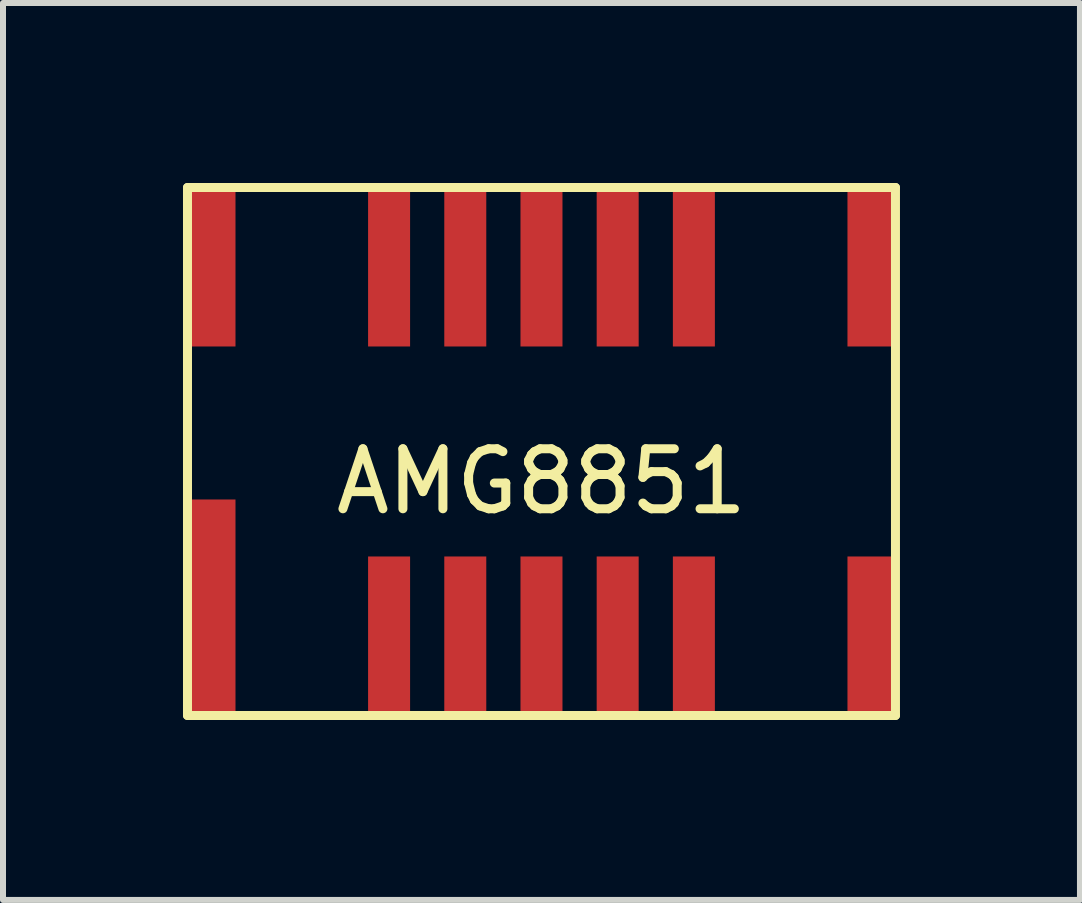
<source format=kicad_pcb>
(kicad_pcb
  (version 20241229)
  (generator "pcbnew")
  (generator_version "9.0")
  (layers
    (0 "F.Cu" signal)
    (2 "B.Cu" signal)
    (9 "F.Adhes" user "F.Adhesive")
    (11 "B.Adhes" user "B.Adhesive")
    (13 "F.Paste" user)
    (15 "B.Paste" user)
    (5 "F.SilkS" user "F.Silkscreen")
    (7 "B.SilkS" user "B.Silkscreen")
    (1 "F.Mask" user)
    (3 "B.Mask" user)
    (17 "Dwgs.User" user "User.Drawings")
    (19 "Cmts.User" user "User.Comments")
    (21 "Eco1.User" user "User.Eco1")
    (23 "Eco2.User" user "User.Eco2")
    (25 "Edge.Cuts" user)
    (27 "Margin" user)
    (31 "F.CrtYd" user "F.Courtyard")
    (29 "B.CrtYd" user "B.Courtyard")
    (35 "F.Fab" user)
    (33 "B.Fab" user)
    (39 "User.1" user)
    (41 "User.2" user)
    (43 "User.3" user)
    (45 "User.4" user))
  (footprint "AMG8851"
    (layer "F.Cu")
    (at 5.975 4.475)
    (property "Reference" "AMG8851" (at 0 0.5 0) (layer "F.SilkS") (effects (font (size 1 1) (thickness 0.15))))
    (attr through_hole)
    (fp_line (start -5.9 -4.4) (end 5.9 -4.4) (stroke (width 0.15) (type solid)) (layer "F.SilkS"))
    (fp_line (start -5.9 4.4) (end -5.9 -4.4) (stroke (width 0.15) (type solid)) (layer "F.SilkS"))
    (fp_line (start 5.9 -4.4) (end 5.9 4.4) (stroke (width 0.15) (type solid)) (layer "F.SilkS"))
    (fp_line (start 5.9 4.4) (end -5.9 4.4) (stroke (width 0.15) (type solid)) (layer "F.SilkS"))
    (pad "1" smd rect (at -5.5 2.6) (size 0.8 3.6) (layers "F.Cu" "F.Mask" "F.Paste"))
    (pad "2" smd rect (at -2.54 3.05) (size 0.7 2.6) (layers "F.Cu" "F.Mask" "F.Paste"))
    (pad "3" smd rect (at -1.27 3.05) (size 0.7 2.6) (layers "F.Cu" "F.Mask" "F.Paste"))
    (pad "4" smd rect (at 0 3.05) (size 0.7 2.6) (layers "F.Cu" "F.Mask" "F.Paste"))
    (pad "5" smd rect (at 1.27 3.05) (size 0.7 2.6) (layers "F.Cu" "F.Mask" "F.Paste"))
    (pad "6" smd rect (at 2.54 3.05) (size 0.7 2.6) (layers "F.Cu" "F.Mask" "F.Paste"))
    (pad "7" smd rect (at 5.5 3.05) (size 0.8 2.6) (layers "F.Cu" "F.Mask" "F.Paste"))
    (pad "8" smd rect (at 5.5 -3.05) (size 0.8 2.6) (layers "F.Cu" "F.Mask" "F.Paste"))
    (pad "9" smd rect (at 2.54 -3.05) (size 0.7 2.6) (layers "F.Cu" "F.Mask" "F.Paste"))
    (pad "10" smd rect (at 1.27 -3.05) (size 0.7 2.6) (layers "F.Cu" "F.Mask" "F.Paste"))
    (pad "11" smd rect (at 0 -3.05) (size 0.7 2.6) (layers "F.Cu" "F.Mask" "F.Paste"))
    (pad "12" smd rect (at -1.27 -3.05) (size 0.7 2.6) (layers "F.Cu" "F.Mask" "F.Paste"))
    (pad "13" smd rect (at -2.54 -3.05) (size 0.7 2.6) (layers "F.Cu" "F.Mask" "F.Paste"))
    (pad "14" smd rect (at -5.5 -3.05) (size 0.8 2.6) (layers "F.Cu" "F.Mask" "F.Paste")))
  (gr_rect
    (start -3 -3)
    (end 14.95 11.95)
    (stroke (width 0.1) (type default))
    (fill no)
    (layer "Edge.Cuts")))
</source>
